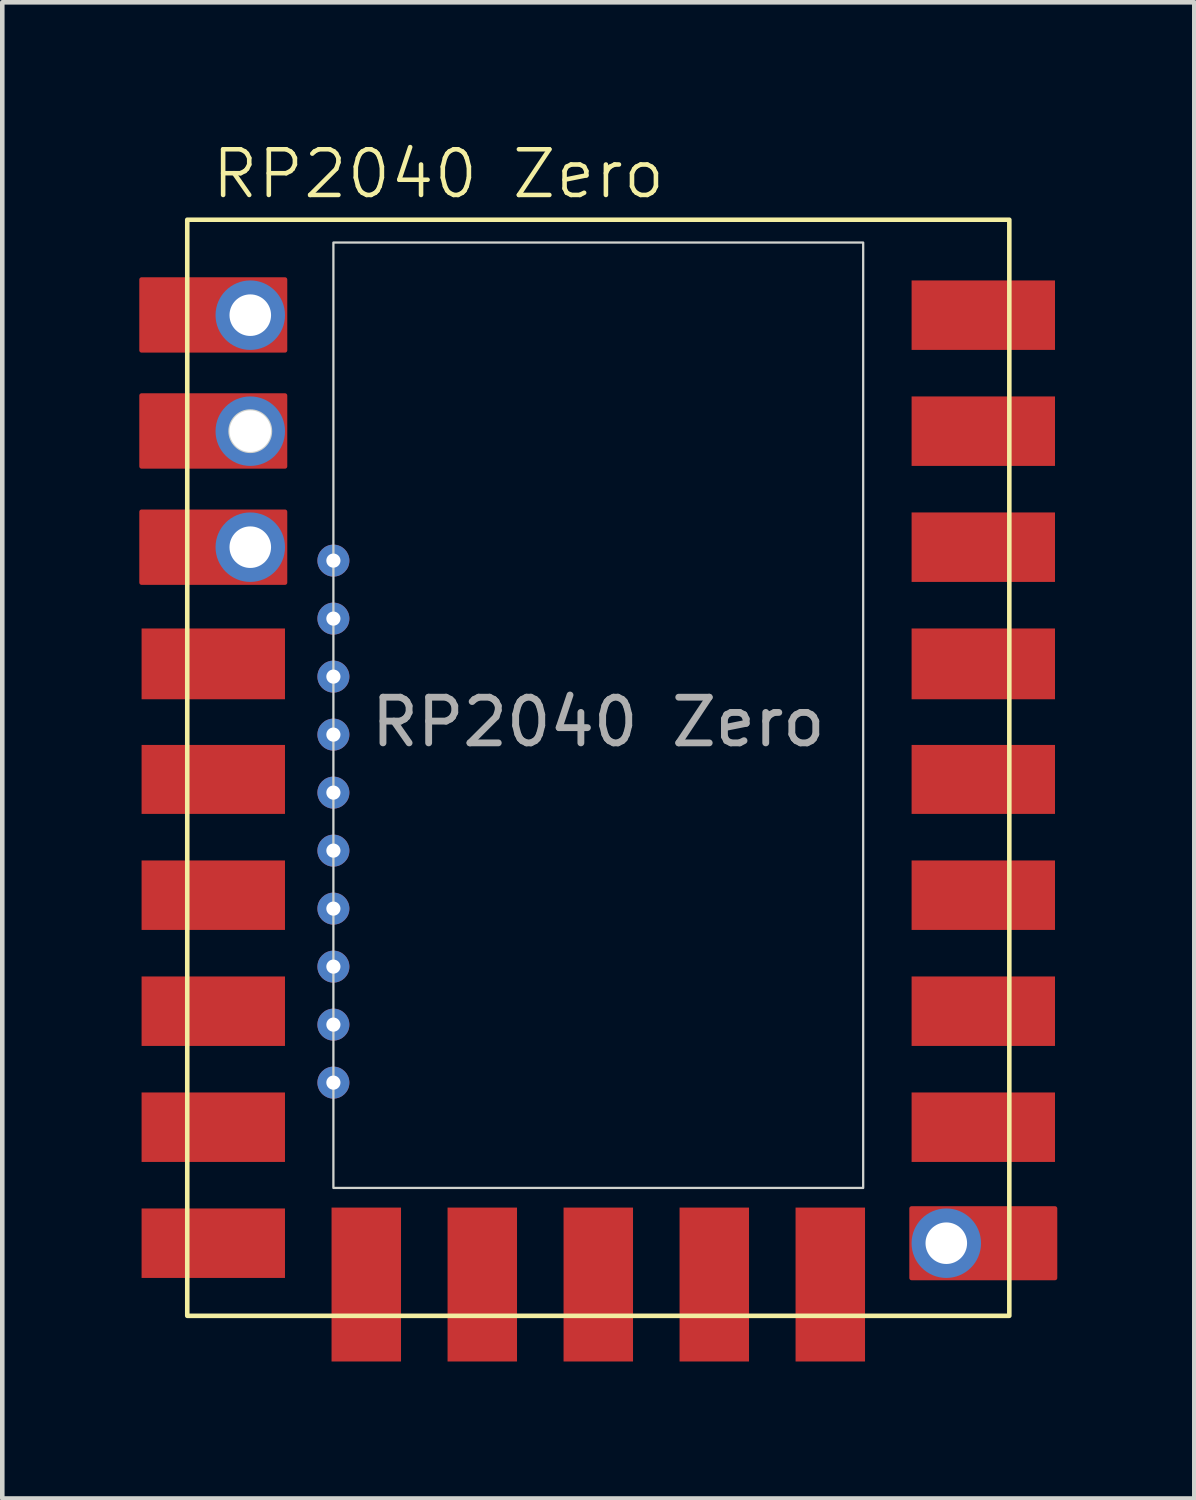
<source format=kicad_pcb>
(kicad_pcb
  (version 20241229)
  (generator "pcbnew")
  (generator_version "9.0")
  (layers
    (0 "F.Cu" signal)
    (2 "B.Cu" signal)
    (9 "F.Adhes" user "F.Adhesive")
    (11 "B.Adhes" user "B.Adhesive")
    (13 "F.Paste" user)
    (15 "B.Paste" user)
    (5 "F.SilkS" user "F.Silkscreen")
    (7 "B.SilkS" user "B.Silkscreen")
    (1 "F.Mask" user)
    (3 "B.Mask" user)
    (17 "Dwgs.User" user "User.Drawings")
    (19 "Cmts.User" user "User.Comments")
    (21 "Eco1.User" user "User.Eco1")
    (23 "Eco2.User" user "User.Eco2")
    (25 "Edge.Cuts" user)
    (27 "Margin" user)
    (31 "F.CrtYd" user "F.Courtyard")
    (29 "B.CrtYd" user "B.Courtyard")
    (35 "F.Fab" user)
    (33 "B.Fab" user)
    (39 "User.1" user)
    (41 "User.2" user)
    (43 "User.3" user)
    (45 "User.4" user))
  (footprint "RP2040 Zero"
    (layer "F.Cu")
    (at 1.05 25.761)
    (property "Reference" "RP2040 Zero" (at 5.5 -25 0) (unlocked yes) (layer "F.SilkS") (effects (font (size 1 1) (thickness 0.1))))
    (attr through_hole)
    (fp_rect (start -1 -22.69) (end 2.14 -21.14) (stroke (width 0.1) (type solid)) (fill yes) (layer "F.Cu"))
    (fp_rect (start -1 -20.15) (end 2.14 -18.599) (stroke (width 0.1) (type solid)) (fill yes) (layer "F.Cu"))
    (fp_rect (start -1 -17.605) (end 2.14 -16.055) (stroke (width 0.1) (type solid)) (fill yes) (layer "F.Cu"))
    (fp_rect (start 15.86 -2.35) (end 19 -0.829) (stroke (width 0.1) (type solid)) (fill yes) (layer "F.Cu"))
    (fp_rect (start -1 -22.69) (end 2.14 -21.14) (stroke (width 0.1) (type solid)) (fill yes) (layer "F.Mask"))
    (fp_rect (start -1 -20.15) (end 2.14 -18.599) (stroke (width 0.1) (type solid)) (fill yes) (layer "F.Mask"))
    (fp_rect (start -1 -17.605) (end 2.14 -16.055) (stroke (width 0.1) (type solid)) (fill yes) (layer "F.Mask"))
    (fp_rect (start 15.86 -2.35) (end 19 -0.829) (stroke (width 0.1) (type solid)) (fill yes) (layer "F.Mask"))
    (fp_rect (start 0 -24) (end 18 0) (stroke (width 0.1) (type default)) (fill no) (layer "F.SilkS"))
    (fp_rect (start -1 -22.69) (end 2.14 -21.14) (stroke (width 0.1) (type solid)) (fill yes) (layer "F.Paste"))
    (fp_rect (start -1 -20.15) (end 2.14 -18.599) (stroke (width 0.1) (type solid)) (fill yes) (layer "F.Paste"))
    (fp_rect (start -1 -17.605) (end 2.14 -16.055) (stroke (width 0.1) (type solid)) (fill yes) (layer "F.Paste"))
    (fp_rect (start 15.86 -2.35) (end 19 -0.829) (stroke (width 0.1) (type solid)) (fill yes) (layer "F.Paste"))
    (fp_rect (start 3.2 -23.5) (end 14.8 -2.8) (stroke (width 0.05) (type default)) (fill no) (layer "Edge.Cuts"))
    (fp_circle (center 1.38 -19.37) (end 1.835 -19.37) (stroke (width 0.05) (type solid)) (fill no) (layer "Edge.Cuts"))
    (fp_text user "${REFERENCE}" (at 9 -13 0) (unlocked yes) (layer "F.Fab") (effects (font (size 1 1) (thickness 0.15))))
    (pad "1" smd rect (at 17.43 -21.91 180) (size 3.14 1.521) (layers "F.Cu" "F.Mask" "F.Paste"))
    (pad "2" smd rect (at 17.43 -19.37 180) (size 3.14 1.521) (layers "F.Cu" "F.Mask" "F.Paste"))
    (pad "3" smd rect (at 17.43 -16.83 180) (size 3.14 1.521) (layers "F.Cu" "F.Mask" "F.Paste"))
    (pad "4" smd rect (at 17.43 -14.275 180) (size 3.14 1.55) (layers "F.Cu" "F.Mask" "F.Paste"))
    (pad "5" smd rect (at 17.43 -11.745 180) (size 3.14 1.51) (layers "F.Cu" "F.Mask" "F.Paste"))
    (pad "6" smd rect (at 17.43 -9.21 180) (size 3.14 1.521) (layers "F.Cu" "F.Mask" "F.Paste"))
    (pad "7" smd rect (at 17.43 -6.67 180) (size 3.14 1.521) (layers "F.Cu" "F.Mask" "F.Paste"))
    (pad "8" smd rect (at 17.43 -4.13 180) (size 3.14 1.521) (layers "F.Cu" "F.Mask" "F.Paste"))
    (pad "9" thru_hole circle (at 16.62 -1.59 180) (size 1.521 1.521) (drill 0.91) (layers "*.Cu" "*.Mask"))
    (pad "10" smd rect (at 14.08 -0.685 180) (size 1.521 3.37) (layers "F.Cu" "F.Mask" "F.Paste"))
    (pad "11" smd rect (at 11.54 -0.685 180) (size 1.521 3.37) (layers "F.Cu" "F.Mask" "F.Paste"))
    (pad "12" smd rect (at 9 -0.685 180) (size 1.521 3.37) (layers "F.Cu" "F.Mask" "F.Paste"))
    (pad "13" smd rect (at 6.46 -0.685 180) (size 1.521 3.37) (layers "F.Cu" "F.Mask" "F.Paste"))
    (pad "14" smd rect (at 3.92 -0.685 180) (size 1.521 3.37) (layers "F.Cu" "F.Mask" "F.Paste"))
    (pad "15" smd rect (at 0.57 -1.59 180) (size 3.14 1.521) (layers "F.Cu" "F.Mask" "F.Paste"))
    (pad "16" smd rect (at 0.57 -4.13 180) (size 3.14 1.521) (layers "F.Cu" "F.Mask" "F.Paste"))
    (pad "17" smd rect (at 0.57 -6.67 180) (size 3.14 1.521) (layers "F.Cu" "F.Mask" "F.Paste"))
    (pad "18" smd rect (at 0.57 -9.21 180) (size 3.14 1.521) (layers "F.Cu" "F.Mask" "F.Paste"))
    (pad "19" smd rect (at 0.57 -11.745 180) (size 3.14 1.51) (layers "F.Cu" "F.Mask" "F.Paste"))
    (pad "20" smd rect (at 0.57 -14.275 180) (size 3.14 1.55) (layers "F.Cu" "F.Mask" "F.Paste"))
    (pad "21" thru_hole circle (at 1.38 -16.83 180) (size 1.521 1.521) (drill 0.91) (layers "*.Cu" "*.Mask"))
    (pad "22" thru_hole circle (at 1.38 -19.37 180) (size 1.521 1.521) (drill 0.91) (layers "*.Cu" "*.Mask"))
    (pad "23" thru_hole circle (at 1.38 -21.91 180) (size 1.521 1.521) (drill 0.91) (layers "*.Cu" "*.Mask"))
    (pad "24" thru_hole circle (at 3.2 -16.536 180) (size 0.7 0.7) (drill 0.31) (layers "*.Cu" "*.Mask"))
    (pad "25" thru_hole circle (at 3.2 -15.266 180) (size 0.7 0.7) (drill 0.31) (layers "*.Cu" "*.Mask"))
    (pad "26" thru_hole circle (at 3.2 -13.996 180) (size 0.7 0.7) (drill 0.31) (layers "*.Cu" "*.Mask"))
    (pad "27" thru_hole circle (at 3.2 -12.726 180) (size 0.7 0.7) (drill 0.31) (layers "*.Cu" "*.Mask"))
    (pad "28" thru_hole circle (at 3.2 -11.456 180) (size 0.7 0.7) (drill 0.31) (layers "*.Cu" "*.Mask"))
    (pad "29" thru_hole circle (at 3.2 -10.186 180) (size 0.7 0.7) (drill 0.31) (layers "*.Cu" "*.Mask"))
    (pad "30" thru_hole circle (at 3.2 -8.916 180) (size 0.7 0.7) (drill 0.31) (layers "*.Cu" "*.Mask"))
    (pad "31" thru_hole circle (at 3.2 -7.646 180) (size 0.7 0.7) (drill 0.31) (layers "*.Cu" "*.Mask"))
    (pad "32" thru_hole circle (at 3.2 -6.376 180) (size 0.7 0.7) (drill 0.31) (layers "*.Cu" "*.Mask"))
    (pad "33" thru_hole circle (at 3.2 -5.106 180) (size 0.7 0.7) (drill 0.31) (layers "*.Cu" "*.Mask")))
  (gr_rect
    (start -3 -3)
    (end 23.1 29.761)
    (stroke (width 0.1) (type default))
    (fill no)
    (layer "Edge.Cuts")))
</source>
